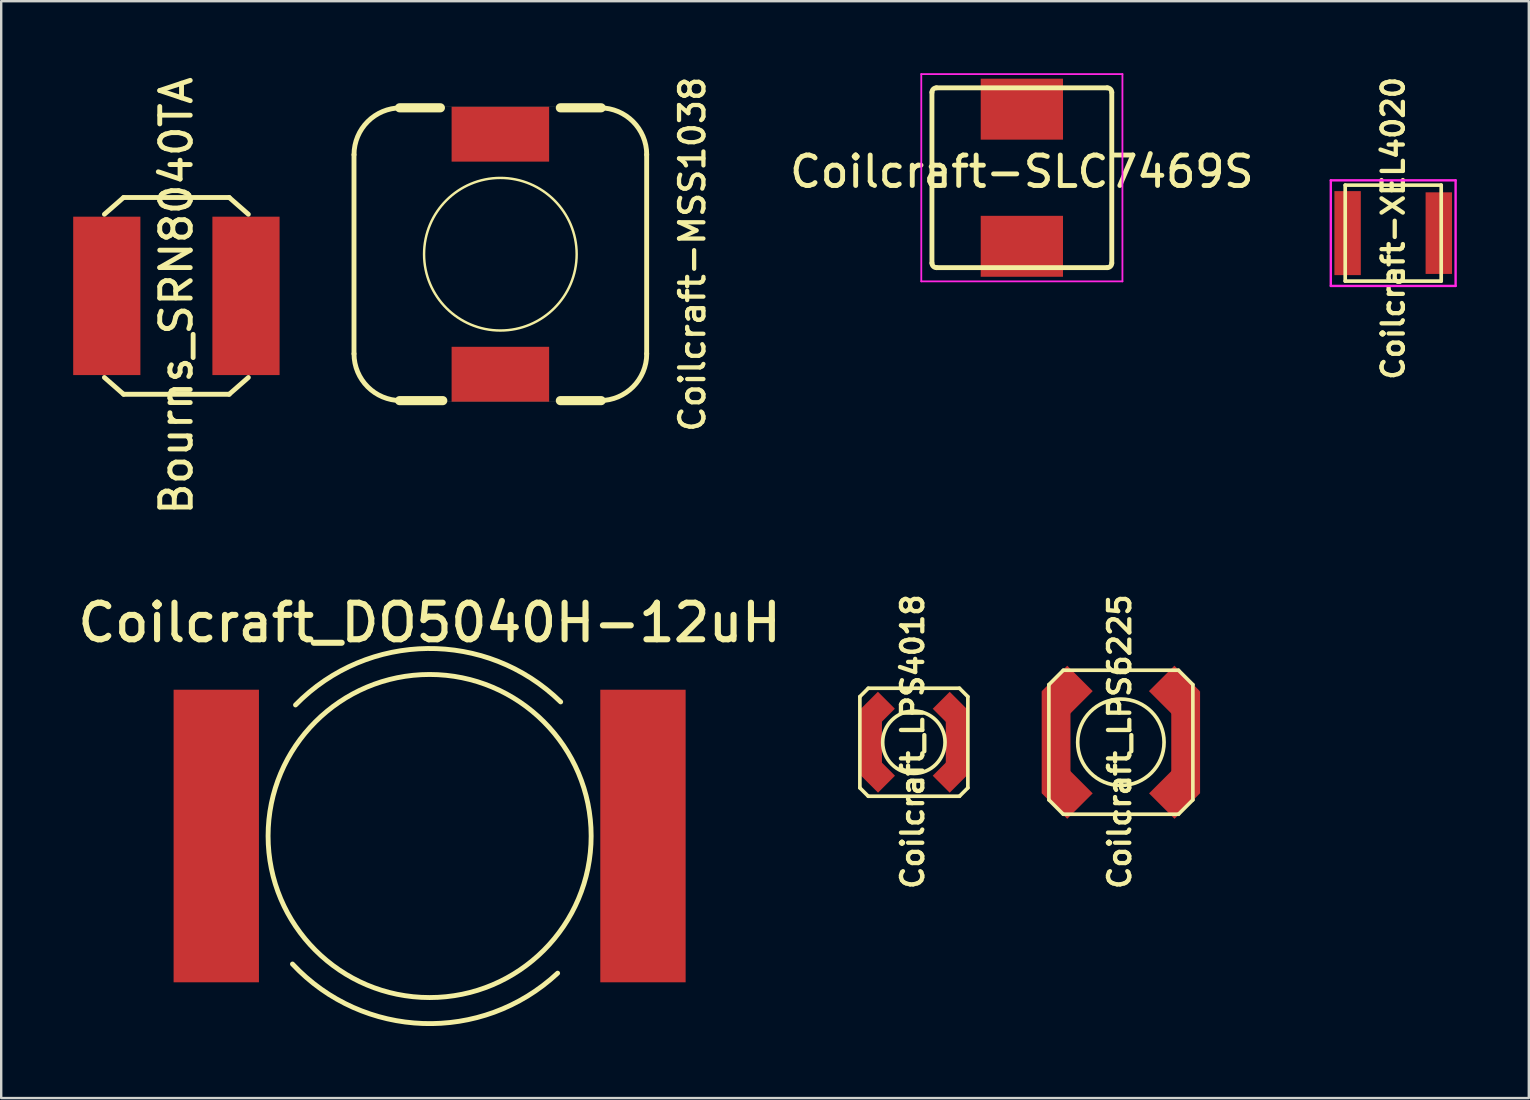
<source format=kicad_pcb>
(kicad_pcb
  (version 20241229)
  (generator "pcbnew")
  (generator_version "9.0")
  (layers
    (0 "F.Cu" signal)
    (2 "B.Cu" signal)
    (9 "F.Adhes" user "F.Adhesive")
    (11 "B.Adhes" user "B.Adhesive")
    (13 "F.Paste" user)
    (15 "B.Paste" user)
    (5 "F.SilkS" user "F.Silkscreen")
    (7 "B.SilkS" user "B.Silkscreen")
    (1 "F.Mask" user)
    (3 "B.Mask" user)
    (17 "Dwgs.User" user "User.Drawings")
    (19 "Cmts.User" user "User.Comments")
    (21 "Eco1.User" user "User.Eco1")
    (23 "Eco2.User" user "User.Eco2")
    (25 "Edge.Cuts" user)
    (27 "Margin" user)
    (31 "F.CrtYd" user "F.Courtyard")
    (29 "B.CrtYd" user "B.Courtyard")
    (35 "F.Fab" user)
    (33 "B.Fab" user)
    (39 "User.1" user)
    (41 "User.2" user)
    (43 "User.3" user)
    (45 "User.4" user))
  (footprint "Coilcraft_LPS6225"
    (layer "F.Cu")
    (at 43.656 27.879)
    (property "Reference" "Coilcraft_LPS6225" (at -0.051 -0.025 90) (layer "F.SilkS") (effects (font (size 0.889 0.889) (thickness 0.178))))
    (attr smd)
    (fp_line (start -3 -2.4) (end -2.4 -3) (stroke (width 0.15) (type solid)) (layer "F.SilkS"))
    (fp_line (start -3 2.4) (end -3 -2.4) (stroke (width 0.152) (type solid)) (layer "F.SilkS"))
    (fp_line (start -3 2.4) (end -2.4 3) (stroke (width 0.15) (type solid)) (layer "F.SilkS"))
    (fp_line (start -2.4 -3) (end 2.4 -3) (stroke (width 0.152) (type solid)) (layer "F.SilkS"))
    (fp_line (start 2.4 -3) (end 3 -2.4) (stroke (width 0.15) (type solid)) (layer "F.SilkS"))
    (fp_line (start 2.4 3) (end -2.4 3) (stroke (width 0.152) (type solid)) (layer "F.SilkS"))
    (fp_line (start 2.4 3) (end 3 2.4) (stroke (width 0.15) (type solid)) (layer "F.SilkS"))
    (fp_line (start 3 -2.4) (end 3 2.4) (stroke (width 0.152) (type solid)) (layer "F.SilkS"))
    (fp_circle (center 0 0) (end -1.8 0) (stroke (width 0.152) (type solid)) (fill no) (layer "F.SilkS"))
    (pad "1" smd rect (at -2.7 0) (size 1.2 4.25) (layers "F.Cu" "F.Mask" "F.Paste"))
    (pad "1" smd rect (at -2.235 -2.13 45) (size 1.5 1.5) (layers "F.Cu" "F.Mask" "F.Paste"))
    (pad "1" smd rect (at -2.235 2.13 45) (size 1.5 1.5) (layers "F.Cu" "F.Mask" "F.Paste"))
    (pad "2" smd rect (at 2.23 -2.13 45) (size 1.5 1.5) (layers "F.Cu" "F.Mask" "F.Paste"))
    (pad "2" smd rect (at 2.235 2.13 45) (size 1.5 1.5) (layers "F.Cu" "F.Mask" "F.Paste"))
    (pad "2" smd rect (at 2.7 0) (size 1.2 4.25) (layers "F.Cu" "F.Mask" "F.Paste")))
  (footprint "Coilcraft_LPS4018"
    (layer "F.Cu")
    (at 35.03 27.879)
    (property "Reference" "Coilcraft_LPS4018" (at -0.051 -0.025 90) (layer "F.SilkS") (effects (font (size 0.889 0.889) (thickness 0.178))))
    (attr smd)
    (fp_line (start -2.25 -1.9) (end -1.9 -2.25) (stroke (width 0.152) (type solid)) (layer "F.SilkS"))
    (fp_line (start -2.25 1.9) (end -2.25 -1.9) (stroke (width 0.152) (type solid)) (layer "F.SilkS"))
    (fp_line (start -1.9 -2.25) (end 1.9 -2.25) (stroke (width 0.152) (type solid)) (layer "F.SilkS"))
    (fp_line (start -1.9 2.25) (end -2.25 1.9) (stroke (width 0.152) (type solid)) (layer "F.SilkS"))
    (fp_line (start 1.9 -2.25) (end 2.25 -1.9) (stroke (width 0.152) (type solid)) (layer "F.SilkS"))
    (fp_line (start 1.9 2.25) (end -1.9 2.25) (stroke (width 0.152) (type solid)) (layer "F.SilkS"))
    (fp_line (start 2.25 -1.9) (end 2.25 1.9) (stroke (width 0.152) (type solid)) (layer "F.SilkS"))
    (fp_line (start 2.25 1.9) (end 1.9 2.25) (stroke (width 0.152) (type solid)) (layer "F.SilkS"))
    (fp_circle (center 0 0) (end -1.3 0) (stroke (width 0.152) (type solid)) (fill no) (layer "F.SilkS"))
    (pad "1" smd rect (at -1.765 0) (size 0.87 2.79) (layers "F.Cu" "F.Mask" "F.Paste"))
    (pad "1" smd rect (at -1.499 -1.397 45) (size 1 1) (layers "F.Cu" "F.Mask" "F.Paste"))
    (pad "1" smd rect (at -1.493 1.395 45) (size 1 1) (layers "F.Cu" "F.Mask" "F.Paste"))
    (pad "2" smd rect (at 1.493 1.395 45) (size 1 1) (layers "F.Cu" "F.Mask" "F.Paste"))
    (pad "2" smd rect (at 1.494 -1.395 45) (size 1 1) (layers "F.Cu" "F.Mask" "F.Paste"))
    (pad "2" smd rect (at 1.765 0) (size 0.87 2.79) (layers "F.Cu" "F.Mask" "F.Paste")))
  (footprint "Coilcraft_DO5040H-12uH"
    (layer "F.Cu")
    (at 14.852 31.786)
    (property "Reference" "Coilcraft_DO5040H-12uH" (at 0 -8.89 0) (layer "F.SilkS") (effects (font (size 1.524 1.524) (thickness 0.254))))
    (attr through_hole)
    (fp_arc (start -5.588 -5.461) (mid -0.089803 -7.812823) (end 5.461 -5.588) (stroke (width 0.2032) (type solid)) (layer "F.SilkS"))
    (fp_arc (start 5.334 5.715) (mid -0.269408 7.812823) (end -5.715 5.334) (stroke (width 0.2032) (type solid)) (layer "F.SilkS"))
    (fp_circle (center 0 0) (end 6.731 0) (stroke (width 0.203) (type solid)) (fill no) (layer "F.SilkS"))
    (pad "1" smd rect (at -8.89 0) (size 3.556 12.192) (layers "F.Cu" "F.Mask" "F.Paste"))
    (pad "2" smd rect (at 8.89 0) (size 3.556 12.192) (layers "F.Cu" "F.Mask" "F.Paste")))
  (footprint "Bourns_SRN8040TA"
    (layer "F.Cu")
    (at 4.3 9.279)
    (property "Reference" "Bourns_SRN8040TA" (at 0 0 90) (layer "F.SilkS") (effects (font (size 1.27 1.27) (thickness 0.203))))
    (attr smd)
    (fp_line (start -2.2 -4.1) (end -3 -3.4) (stroke (width 0.2) (type solid)) (layer "F.SilkS"))
    (fp_line (start -2.2 -4.1) (end 2.2 -4.1) (stroke (width 0.203) (type solid)) (layer "F.SilkS"))
    (fp_line (start -2.2 4.1) (end -3 3.4) (stroke (width 0.2) (type solid)) (layer "F.SilkS"))
    (fp_line (start -2.2 4.1) (end 2.2 4.1) (stroke (width 0.203) (type solid)) (layer "F.SilkS"))
    (fp_line (start 2.2 -4.1) (end 3 -3.4) (stroke (width 0.2) (type solid)) (layer "F.SilkS"))
    (fp_line (start 2.2 4.1) (end 3 3.4) (stroke (width 0.2) (type solid)) (layer "F.SilkS"))
    (pad "1" smd rect (at -2.9 0) (size 2.8 6.6) (layers "F.Cu" "F.Mask" "F.Paste"))
    (pad "2" smd rect (at 2.9 0) (size 2.8 6.6) (layers "F.Cu" "F.Mask" "F.Paste")))
  (footprint "Coilcraft-SLC7469S"
    (layer "F.Cu")
    (at 39.53 4.356)
    (property "Reference" "Coilcraft-SLC7469S" (at 0 -0.254 180) (layer "F.SilkS") (effects (font (size 1.27 1.27) (thickness 0.203))))
    (attr smd)
    (fp_line (start -3.747 3.556) (end -3.747 -3.556) (stroke (width 0.203) (type solid)) (layer "F.SilkS"))
    (fp_line (start -3.556 -3.747) (end 3.556 -3.747) (stroke (width 0.203) (type solid)) (layer "F.SilkS"))
    (fp_line (start -3.556 3.747) (end 3.556 3.747) (stroke (width 0.203) (type solid)) (layer "F.SilkS"))
    (fp_line (start 3.747 -3.556) (end 3.747 3.556) (stroke (width 0.203) (type solid)) (layer "F.SilkS"))
    (fp_arc (start -3.7465 -3.556) (mid -3.690704 -3.690704) (end -3.556 -3.7465) (stroke (width 0.2032) (type solid)) (layer "F.SilkS"))
    (fp_arc (start -3.556 3.7465) (mid -3.690704 3.690704) (end -3.7465 3.556) (stroke (width 0.2032) (type solid)) (layer "F.SilkS"))
    (fp_arc (start 3.556 -3.7465) (mid 3.690704 -3.690704) (end 3.7465 -3.556) (stroke (width 0.2032) (type solid)) (layer "F.SilkS"))
    (fp_arc (start 3.7465 3.556) (mid 3.690704 3.690704) (end 3.556 3.7465) (stroke (width 0.2032) (type solid)) (layer "F.SilkS"))
    (fp_line (start -4.191 -4.318) (end 4.191 -4.318) (stroke (width 0.076) (type solid)) (layer "F.CrtYd"))
    (fp_line (start -4.191 4.318) (end -4.191 -4.318) (stroke (width 0.076) (type solid)) (layer "F.CrtYd"))
    (fp_line (start 4.191 -4.318) (end 4.191 4.318) (stroke (width 0.076) (type solid)) (layer "F.CrtYd"))
    (fp_line (start 4.191 4.318) (end -4.191 4.318) (stroke (width 0.076) (type solid)) (layer "F.CrtYd"))
    (pad "1" smd rect (at 0 -2.857) (size 3.429 2.54) (layers "F.Cu" "F.Mask" "F.Paste"))
    (pad "2" smd rect (at 0 2.857) (size 3.429 2.54) (layers "F.Cu" "F.Mask" "F.Paste")))
  (footprint "Coilcraft-XEL4020"
    (layer "F.Cu")
    (at 55.004 6.664)
    (property "Reference" "Coilcraft-XEL4020" (at 0 -0.2 90) (layer "F.SilkS") (effects (font (size 0.889 0.889) (thickness 0.178))))
    (attr smd)
    (fp_line (start -2 -2) (end 2 -2) (stroke (width 0.152) (type solid)) (layer "F.SilkS"))
    (fp_line (start -2 2) (end -2 -2) (stroke (width 0.152) (type solid)) (layer "F.SilkS"))
    (fp_line (start 2 -2) (end 2 2) (stroke (width 0.152) (type solid)) (layer "F.SilkS"))
    (fp_line (start 2 2) (end -2 2) (stroke (width 0.152) (type solid)) (layer "F.SilkS"))
    (fp_line (start -2.6 -2.2) (end -2.6 2.2) (stroke (width 0.1) (type solid)) (layer "F.CrtYd"))
    (fp_line (start -2.6 2.2) (end 2.6 2.2) (stroke (width 0.1) (type solid)) (layer "F.CrtYd"))
    (fp_line (start 2.6 -2.2) (end -2.6 -2.2) (stroke (width 0.1) (type solid)) (layer "F.CrtYd"))
    (fp_line (start 2.6 2.2) (end 2.6 -2.2) (stroke (width 0.1) (type solid)) (layer "F.CrtYd"))
    (pad "1" smd rect (at -1.9 0) (size 1.1 3.5) (layers "F.Cu" "F.Mask" "F.Paste"))
    (pad "2" smd rect (at 1.9 0) (size 1.1 3.4) (layers "F.Cu" "F.Mask" "F.Paste")))
  (footprint "Coilcraft-MSS1038"
    (layer "F.Cu")
    (at 17.8 7.543)
    (property "Reference" "Coilcraft-MSS1038" (at 8 0 90) (layer "F.SilkS") (effects (font (size 1.016 1.016) (thickness 0.178))))
    (attr smd)
    (fp_line (start -6.149 4.148) (end -6.149 -4.148) (stroke (width 0.003) (type solid)) (layer "F.SilkS"))
    (fp_line (start -6.099 4.148) (end -6.099 -4.148) (stroke (width 0.203) (type solid)) (layer "F.SilkS"))
    (fp_line (start -4.201 -6.101) (end -2.499 -6.101) (stroke (width 0.381) (type solid)) (layer "F.SilkS"))
    (fp_line (start -4.201 6.101) (end -2.4 6.101) (stroke (width 0.381) (type solid)) (layer "F.SilkS"))
    (fp_line (start -4.148 -6.149) (end 4.148 -6.149) (stroke (width 0.003) (type solid)) (layer "F.SilkS"))
    (fp_line (start 4.148 6.149) (end -4.148 6.149) (stroke (width 0.003) (type solid)) (layer "F.SilkS"))
    (fp_line (start 4.201 -6.101) (end 2.499 -6.101) (stroke (width 0.381) (type solid)) (layer "F.SilkS"))
    (fp_line (start 4.201 6.101) (end 2.499 6.101) (stroke (width 0.381) (type solid)) (layer "F.SilkS"))
    (fp_line (start 6.096 -4.148) (end 6.096 4.148) (stroke (width 0.203) (type solid)) (layer "F.SilkS"))
    (fp_line (start 6.099 -4.148) (end 6.099 4.148) (stroke (width 0.127) (type solid)) (layer "F.SilkS"))
    (fp_arc (start -6.09854 -4.14782) (mid -5.527187 -5.527187) (end -4.14782 -6.09854) (stroke (width 0.2032) (type solid)) (layer "F.SilkS"))
    (fp_arc (start -4.14782 6.09854) (mid -5.527187 5.527187) (end -6.09854 4.14782) (stroke (width 0.2032) (type solid)) (layer "F.SilkS"))
    (fp_arc (start 4.14782 -6.09854) (mid 5.527187 -5.527187) (end 6.09854 -4.14782) (stroke (width 0.2032) (type solid)) (layer "F.SilkS"))
    (fp_arc (start 6.09854 4.14782) (mid 5.527187 5.527187) (end 4.14782 6.09854) (stroke (width 0.2032) (type solid)) (layer "F.SilkS"))
    (fp_circle (center 0 0) (end -2.248 2.248) (stroke (width 0.102) (type solid)) (fill no) (layer "F.SilkS"))
    (pad "1" smd rect (at 0 -5.001) (size 4.064 2.286) (layers "F.Cu" "F.Mask" "F.Paste"))
    (pad "2" smd rect (at 0 5.001) (size 4.064 2.286) (layers "F.Cu" "F.Mask" "F.Paste")))
  (gr_rect
    (start -3 -3)
    (end 60.654 42.705)
    (stroke (width 0.1) (type default))
    (fill no)
    (layer "Edge.Cuts")))
</source>
